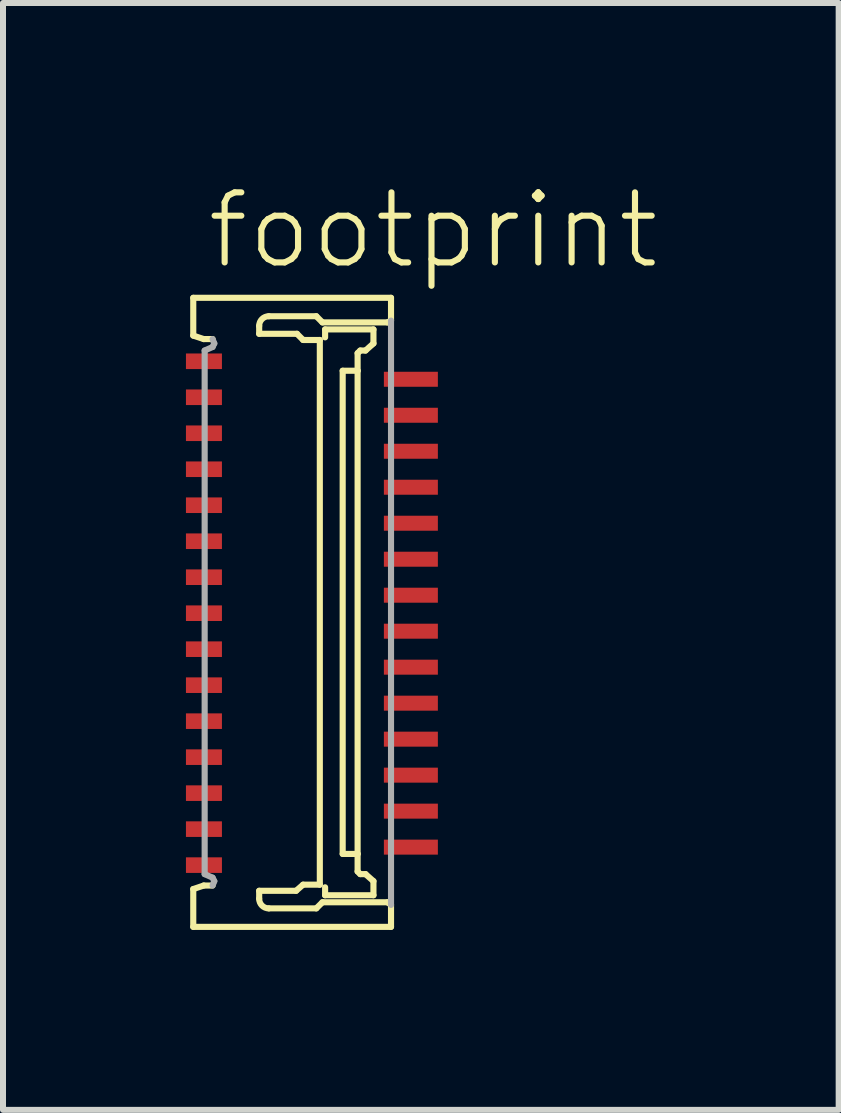
<source format=kicad_pcb>
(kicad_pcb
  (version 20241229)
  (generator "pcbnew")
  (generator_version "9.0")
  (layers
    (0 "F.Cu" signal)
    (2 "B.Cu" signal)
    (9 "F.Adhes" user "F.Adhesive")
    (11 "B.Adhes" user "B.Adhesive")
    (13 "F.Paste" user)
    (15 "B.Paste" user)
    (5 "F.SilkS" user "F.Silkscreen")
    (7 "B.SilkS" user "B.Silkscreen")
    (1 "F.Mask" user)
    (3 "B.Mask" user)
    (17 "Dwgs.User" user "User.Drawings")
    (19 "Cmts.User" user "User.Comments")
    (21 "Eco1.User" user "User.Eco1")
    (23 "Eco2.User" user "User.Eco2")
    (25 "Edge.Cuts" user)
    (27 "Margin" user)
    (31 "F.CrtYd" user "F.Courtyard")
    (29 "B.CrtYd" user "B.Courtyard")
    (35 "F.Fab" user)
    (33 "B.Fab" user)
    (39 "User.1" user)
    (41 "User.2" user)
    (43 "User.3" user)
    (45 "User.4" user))
  (footprint "footprint"
    (layer "F.Cu")
    (at 2.15 7.173)
    (property "Reference" "footprint" (at -1.8 -5.7 0) (layer "F.SilkS") (effects (font (size 1.168 1.168) (thickness 0.102)) (justify left bottom)))
    (fp_poly (pts (xy -2.15 -4.025) (xy -1.45 -4.025) (xy -1.45 -4.375) (xy -2.15 -4.375)) (stroke (width 0) (type solid)) (fill yes) (layer "F.Mask"))
    (fp_poly (pts (xy -2.15 -3.425) (xy -1.45 -3.425) (xy -1.45 -3.775) (xy -2.15 -3.775)) (stroke (width 0) (type solid)) (fill yes) (layer "F.Mask"))
    (fp_poly (pts (xy -2.15 -2.825) (xy -1.45 -2.825) (xy -1.45 -3.175) (xy -2.15 -3.175)) (stroke (width 0) (type solid)) (fill yes) (layer "F.Mask"))
    (fp_poly (pts (xy -2.15 -2.225) (xy -1.45 -2.225) (xy -1.45 -2.575) (xy -2.15 -2.575)) (stroke (width 0) (type solid)) (fill yes) (layer "F.Mask"))
    (fp_poly (pts (xy -2.15 -1.625) (xy -1.45 -1.625) (xy -1.45 -1.975) (xy -2.15 -1.975)) (stroke (width 0) (type solid)) (fill yes) (layer "F.Mask"))
    (fp_poly (pts (xy -2.15 -1.025) (xy -1.45 -1.025) (xy -1.45 -1.375) (xy -2.15 -1.375)) (stroke (width 0) (type solid)) (fill yes) (layer "F.Mask"))
    (fp_poly (pts (xy -2.15 -0.425) (xy -1.45 -0.425) (xy -1.45 -0.775) (xy -2.15 -0.775)) (stroke (width 0) (type solid)) (fill yes) (layer "F.Mask"))
    (fp_poly (pts (xy -2.15 0.175) (xy -1.45 0.175) (xy -1.45 -0.175) (xy -2.15 -0.175)) (stroke (width 0) (type solid)) (fill yes) (layer "F.Mask"))
    (fp_poly (pts (xy -2.15 0.775) (xy -1.45 0.775) (xy -1.45 0.425) (xy -2.15 0.425)) (stroke (width 0) (type solid)) (fill yes) (layer "F.Mask"))
    (fp_poly (pts (xy -2.15 1.375) (xy -1.45 1.375) (xy -1.45 1.025) (xy -2.15 1.025)) (stroke (width 0) (type solid)) (fill yes) (layer "F.Mask"))
    (fp_poly (pts (xy -2.15 1.975) (xy -1.45 1.975) (xy -1.45 1.625) (xy -2.15 1.625)) (stroke (width 0) (type solid)) (fill yes) (layer "F.Mask"))
    (fp_poly (pts (xy -2.15 2.575) (xy -1.45 2.575) (xy -1.45 2.225) (xy -2.15 2.225)) (stroke (width 0) (type solid)) (fill yes) (layer "F.Mask"))
    (fp_poly (pts (xy -2.15 3.175) (xy -1.45 3.175) (xy -1.45 2.825) (xy -2.15 2.825)) (stroke (width 0) (type solid)) (fill yes) (layer "F.Mask"))
    (fp_poly (pts (xy -2.15 3.775) (xy -1.45 3.775) (xy -1.45 3.425) (xy -2.15 3.425)) (stroke (width 0) (type solid)) (fill yes) (layer "F.Mask"))
    (fp_poly (pts (xy -2.15 4.375) (xy -1.45 4.375) (xy -1.45 4.025) (xy -2.15 4.025)) (stroke (width 0) (type solid)) (fill yes) (layer "F.Mask"))
    (fp_poly (pts (xy 1.15 -3.725) (xy 2.15 -3.725) (xy 2.15 -4.075) (xy 1.15 -4.075)) (stroke (width 0) (type solid)) (fill yes) (layer "F.Mask"))
    (fp_poly (pts (xy 1.15 -3.125) (xy 2.15 -3.125) (xy 2.15 -3.475) (xy 1.15 -3.475)) (stroke (width 0) (type solid)) (fill yes) (layer "F.Mask"))
    (fp_poly (pts (xy 1.15 -2.525) (xy 2.15 -2.525) (xy 2.15 -2.875) (xy 1.15 -2.875)) (stroke (width 0) (type solid)) (fill yes) (layer "F.Mask"))
    (fp_poly (pts (xy 1.15 -1.925) (xy 2.15 -1.925) (xy 2.15 -2.275) (xy 1.15 -2.275)) (stroke (width 0) (type solid)) (fill yes) (layer "F.Mask"))
    (fp_poly (pts (xy 1.15 -1.325) (xy 2.15 -1.325) (xy 2.15 -1.675) (xy 1.15 -1.675)) (stroke (width 0) (type solid)) (fill yes) (layer "F.Mask"))
    (fp_poly (pts (xy 1.15 -0.725) (xy 2.15 -0.725) (xy 2.15 -1.075) (xy 1.15 -1.075)) (stroke (width 0) (type solid)) (fill yes) (layer "F.Mask"))
    (fp_poly (pts (xy 1.15 -0.125) (xy 2.15 -0.125) (xy 2.15 -0.475) (xy 1.15 -0.475)) (stroke (width 0) (type solid)) (fill yes) (layer "F.Mask"))
    (fp_poly (pts (xy 1.15 0.475) (xy 2.15 0.475) (xy 2.15 0.125) (xy 1.15 0.125)) (stroke (width 0) (type solid)) (fill yes) (layer "F.Mask"))
    (fp_poly (pts (xy 1.15 1.075) (xy 2.15 1.075) (xy 2.15 0.725) (xy 1.15 0.725)) (stroke (width 0) (type solid)) (fill yes) (layer "F.Mask"))
    (fp_poly (pts (xy 1.15 1.675) (xy 2.15 1.675) (xy 2.15 1.325) (xy 1.15 1.325)) (stroke (width 0) (type solid)) (fill yes) (layer "F.Mask"))
    (fp_poly (pts (xy 1.15 2.275) (xy 2.15 2.275) (xy 2.15 1.925) (xy 1.15 1.925)) (stroke (width 0) (type solid)) (fill yes) (layer "F.Mask"))
    (fp_poly (pts (xy 1.15 2.875) (xy 2.15 2.875) (xy 2.15 2.525) (xy 1.15 2.525)) (stroke (width 0) (type solid)) (fill yes) (layer "F.Mask"))
    (fp_poly (pts (xy 1.15 3.475) (xy 2.15 3.475) (xy 2.15 3.125) (xy 1.15 3.125)) (stroke (width 0) (type solid)) (fill yes) (layer "F.Mask"))
    (fp_poly (pts (xy 1.15 4.075) (xy 2.15 4.075) (xy 2.15 3.725) (xy 1.15 3.725)) (stroke (width 0) (type solid)) (fill yes) (layer "F.Mask"))
    (fp_line (start -1.978 -5.258) (end 1.319 -5.258) (stroke (width 0.102) (type solid)) (layer "F.SilkS"))
    (fp_line (start -1.978 -4.628) (end -1.978 -5.258) (stroke (width 0.102) (type solid)) (layer "F.SilkS"))
    (fp_line (start -1.978 4.599) (end -1.803 4.54) (stroke (width 0.102) (type solid)) (layer "F.SilkS"))
    (fp_line (start -1.978 5.229) (end -1.978 4.599) (stroke (width 0.102) (type solid)) (layer "F.SilkS"))
    (fp_line (start -1.803 -4.57) (end -1.978 -4.628) (stroke (width 0.102) (type solid)) (layer "F.SilkS"))
    (fp_line (start -1.803 4.54) (end -1.656 4.54) (stroke (width 0.102) (type solid)) (layer "F.SilkS"))
    (fp_line (start -1.656 -4.57) (end -1.803 -4.57) (stroke (width 0.102) (type solid)) (layer "F.SilkS"))
    (fp_line (start -0.879 -4.79) (end -0.879 -4.658) (stroke (width 0.102) (type solid)) (layer "F.SilkS"))
    (fp_line (start -0.879 -4.658) (end -0.249 -4.658) (stroke (width 0.102) (type solid)) (layer "F.SilkS"))
    (fp_line (start -0.879 4.628) (end -0.879 4.76) (stroke (width 0.102) (type solid)) (layer "F.SilkS"))
    (fp_line (start -0.718 4.921) (end 0.073 4.921) (stroke (width 0.102) (type solid)) (layer "F.SilkS"))
    (fp_line (start -0.264 4.628) (end -0.879 4.628) (stroke (width 0.102) (type solid)) (layer "F.SilkS"))
    (fp_line (start -0.249 -4.658) (end -0.146 -4.555) (stroke (width 0.102) (type solid)) (layer "F.SilkS"))
    (fp_line (start -0.147 4.526) (end -0.264 4.628) (stroke (width 0.102) (type solid)) (layer "F.SilkS"))
    (fp_line (start -0.146 -4.555) (end 0.132 -4.555) (stroke (width 0.102) (type solid)) (layer "F.SilkS"))
    (fp_line (start 0.073 4.921) (end 0.176 4.819) (stroke (width 0.102) (type solid)) (layer "F.SilkS"))
    (fp_line (start 0.073 -4.951) (end -0.718 -4.951) (stroke (width 0.102) (type solid)) (layer "F.SilkS"))
    (fp_line (start 0.132 -4.555) (end 0.132 4.526) (stroke (width 0.102) (type solid)) (layer "F.SilkS"))
    (fp_line (start 0.132 4.526) (end -0.147 4.526) (stroke (width 0.102) (type solid)) (layer "F.SilkS"))
    (fp_line (start 0.176 -4.848) (end 0.073 -4.951) (stroke (width 0.102) (type solid)) (layer "F.SilkS"))
    (fp_line (start 0.176 4.819) (end 1.26 4.819) (stroke (width 0.102) (type solid)) (layer "F.SilkS"))
    (fp_line (start 0.22 -4.731) (end 0.22 -4.599) (stroke (width 0.102) (type solid)) (layer "F.SilkS"))
    (fp_line (start 0.22 4.702) (end 0.22 4.57) (stroke (width 0.102) (type solid)) (layer "F.SilkS"))
    (fp_line (start 0.513 -4.042) (end 0.762 -4.042) (stroke (width 0.102) (type solid)) (layer "F.SilkS"))
    (fp_line (start 0.513 4.013) (end 0.513 -4.042) (stroke (width 0.102) (type solid)) (layer "F.SilkS"))
    (fp_line (start 0.762 -4.335) (end 0.806 -4.379) (stroke (width 0.102) (type solid)) (layer "F.SilkS"))
    (fp_line (start 0.762 -4.042) (end 0.762 -4.335) (stroke (width 0.102) (type solid)) (layer "F.SilkS"))
    (fp_line (start 0.762 -4.042) (end 0.762 4.013) (stroke (width 0.102) (type solid)) (layer "F.SilkS"))
    (fp_line (start 0.762 4.013) (end 0.513 4.013) (stroke (width 0.102) (type solid)) (layer "F.SilkS"))
    (fp_line (start 0.762 4.306) (end 0.762 4.013) (stroke (width 0.102) (type solid)) (layer "F.SilkS"))
    (fp_line (start 0.806 -4.379) (end 0.894 -4.379) (stroke (width 0.102) (type solid)) (layer "F.SilkS"))
    (fp_line (start 0.806 4.35) (end 0.762 4.306) (stroke (width 0.102) (type solid)) (layer "F.SilkS"))
    (fp_line (start 0.894 -4.379) (end 1.026 -4.497) (stroke (width 0.102) (type solid)) (layer "F.SilkS"))
    (fp_line (start 0.894 4.35) (end 0.806 4.35) (stroke (width 0.102) (type solid)) (layer "F.SilkS"))
    (fp_line (start 1.026 -4.731) (end 0.22 -4.731) (stroke (width 0.102) (type solid)) (layer "F.SilkS"))
    (fp_line (start 1.026 -4.497) (end 1.026 -4.731) (stroke (width 0.102) (type solid)) (layer "F.SilkS"))
    (fp_line (start 1.026 4.467) (end 0.894 4.35) (stroke (width 0.102) (type solid)) (layer "F.SilkS"))
    (fp_line (start 1.026 4.702) (end 0.22 4.702) (stroke (width 0.102) (type solid)) (layer "F.SilkS"))
    (fp_line (start 1.026 4.702) (end 1.026 4.467) (stroke (width 0.102) (type solid)) (layer "F.SilkS"))
    (fp_line (start 1.26 -4.848) (end 0.176 -4.848) (stroke (width 0.102) (type solid)) (layer "F.SilkS"))
    (fp_line (start 1.26 4.819) (end 1.319 4.863) (stroke (width 0.102) (type solid)) (layer "F.SilkS"))
    (fp_line (start 1.319 -5.258) (end 1.319 -4.878) (stroke (width 0.102) (type solid)) (layer "F.SilkS"))
    (fp_line (start 1.319 -4.878) (end 1.26 -4.848) (stroke (width 0.102) (type solid)) (layer "F.SilkS"))
    (fp_line (start 1.319 4.863) (end 1.319 5.229) (stroke (width 0.102) (type solid)) (layer "F.SilkS"))
    (fp_line (start 1.319 5.229) (end -1.978 5.229) (stroke (width 0.102) (type solid)) (layer "F.SilkS"))
    (fp_arc (start -0.8793 -4.7896) (mid -0.832086 -4.903586) (end -0.7181 -4.9508) (stroke (width 0.1016) (type solid)) (layer "F.SilkS"))
    (fp_arc (start -0.7181 4.9215) (mid -0.832086 4.874286) (end -0.8793 4.7603) (stroke (width 0.1016) (type solid)) (layer "F.SilkS"))
    (fp_line (start -1.788 -4.379) (end -1.656 -4.438) (stroke (width 0.102) (type solid)) (layer "F.Fab"))
    (fp_line (start -1.788 4.35) (end -1.788 -4.379) (stroke (width 0.102) (type solid)) (layer "F.Fab"))
    (fp_line (start -1.656 4.409) (end -1.788 4.35) (stroke (width 0.102) (type solid)) (layer "F.Fab"))
    (fp_line (start -1.656 4.54) (end -1.627 4.467) (stroke (width 0.102) (type solid)) (layer "F.Fab"))
    (fp_line (start -1.656 -4.438) (end -1.627 -4.497) (stroke (width 0.102) (type solid)) (layer "F.Fab"))
    (fp_line (start -1.627 -4.497) (end -1.656 -4.57) (stroke (width 0.102) (type solid)) (layer "F.Fab"))
    (fp_line (start -1.627 4.467) (end -1.656 4.409) (stroke (width 0.102) (type solid)) (layer "F.Fab"))
    (fp_line (start 1.319 -4.878) (end 1.319 4.863) (stroke (width 0.102) (type solid)) (layer "F.Fab"))
    (pad "1" smd rect (at -1.8 -4.2 270) (size 0.26 0.6) (layers "F.Cu" "F.Paste"))
    (pad "2" smd rect (at 1.65 -3.9 270) (size 0.25 0.9) (layers "F.Cu" "F.Paste"))
    (pad "3" smd rect (at -1.8 -3.6 270) (size 0.26 0.6) (layers "F.Cu" "F.Paste"))
    (pad "4" smd rect (at 1.65 -3.3 270) (size 0.25 0.9) (layers "F.Cu" "F.Paste"))
    (pad "5" smd rect (at -1.8 -3 270) (size 0.26 0.6) (layers "F.Cu" "F.Paste"))
    (pad "6" smd rect (at 1.65 -2.7 270) (size 0.25 0.9) (layers "F.Cu" "F.Paste"))
    (pad "7" smd rect (at -1.8 -2.4 270) (size 0.26 0.6) (layers "F.Cu" "F.Paste"))
    (pad "8" smd rect (at 1.65 -2.1 270) (size 0.25 0.9) (layers "F.Cu" "F.Paste"))
    (pad "9" smd rect (at -1.8 -1.8 270) (size 0.26 0.6) (layers "F.Cu" "F.Paste"))
    (pad "10" smd rect (at 1.65 -1.5 270) (size 0.25 0.9) (layers "F.Cu" "F.Paste"))
    (pad "11" smd rect (at -1.8 -1.2 270) (size 0.26 0.6) (layers "F.Cu" "F.Paste"))
    (pad "12" smd rect (at 1.65 -0.9 270) (size 0.25 0.9) (layers "F.Cu" "F.Paste"))
    (pad "13" smd rect (at -1.8 -0.6 270) (size 0.26 0.6) (layers "F.Cu" "F.Paste"))
    (pad "14" smd rect (at 1.65 -0.3 270) (size 0.25 0.9) (layers "F.Cu" "F.Paste"))
    (pad "15" smd rect (at -1.8 0 270) (size 0.26 0.6) (layers "F.Cu" "F.Paste"))
    (pad "16" smd rect (at 1.65 0.3 270) (size 0.25 0.9) (layers "F.Cu" "F.Paste"))
    (pad "17" smd rect (at -1.8 0.6 270) (size 0.26 0.6) (layers "F.Cu" "F.Paste"))
    (pad "18" smd rect (at 1.65 0.9 270) (size 0.25 0.9) (layers "F.Cu" "F.Paste"))
    (pad "19" smd rect (at -1.8 1.2 270) (size 0.26 0.6) (layers "F.Cu" "F.Paste"))
    (pad "20" smd rect (at 1.65 1.5 270) (size 0.25 0.9) (layers "F.Cu" "F.Paste"))
    (pad "21" smd rect (at -1.8 1.8 270) (size 0.26 0.6) (layers "F.Cu" "F.Paste"))
    (pad "22" smd rect (at 1.65 2.1 270) (size 0.25 0.9) (layers "F.Cu" "F.Paste"))
    (pad "23" smd rect (at -1.8 2.4 270) (size 0.26 0.6) (layers "F.Cu" "F.Paste"))
    (pad "24" smd rect (at 1.65 2.7 270) (size 0.25 0.9) (layers "F.Cu" "F.Paste"))
    (pad "25" smd rect (at -1.8 3 270) (size 0.26 0.6) (layers "F.Cu" "F.Paste"))
    (pad "26" smd rect (at 1.65 3.3 270) (size 0.25 0.9) (layers "F.Cu" "F.Paste"))
    (pad "27" smd rect (at -1.8 3.6 270) (size 0.26 0.6) (layers "F.Cu" "F.Paste"))
    (pad "28" smd rect (at 1.65 3.9 270) (size 0.25 0.9) (layers "F.Cu" "F.Paste"))
    (pad "29" smd rect (at -1.8 4.2 270) (size 0.26 0.6) (layers "F.Cu" "F.Paste")))
  (gr_rect
    (start -3 -3)
    (end 10.932 15.453)
    (stroke (width 0.1) (type default))
    (fill no)
    (layer "Edge.Cuts")))
</source>
